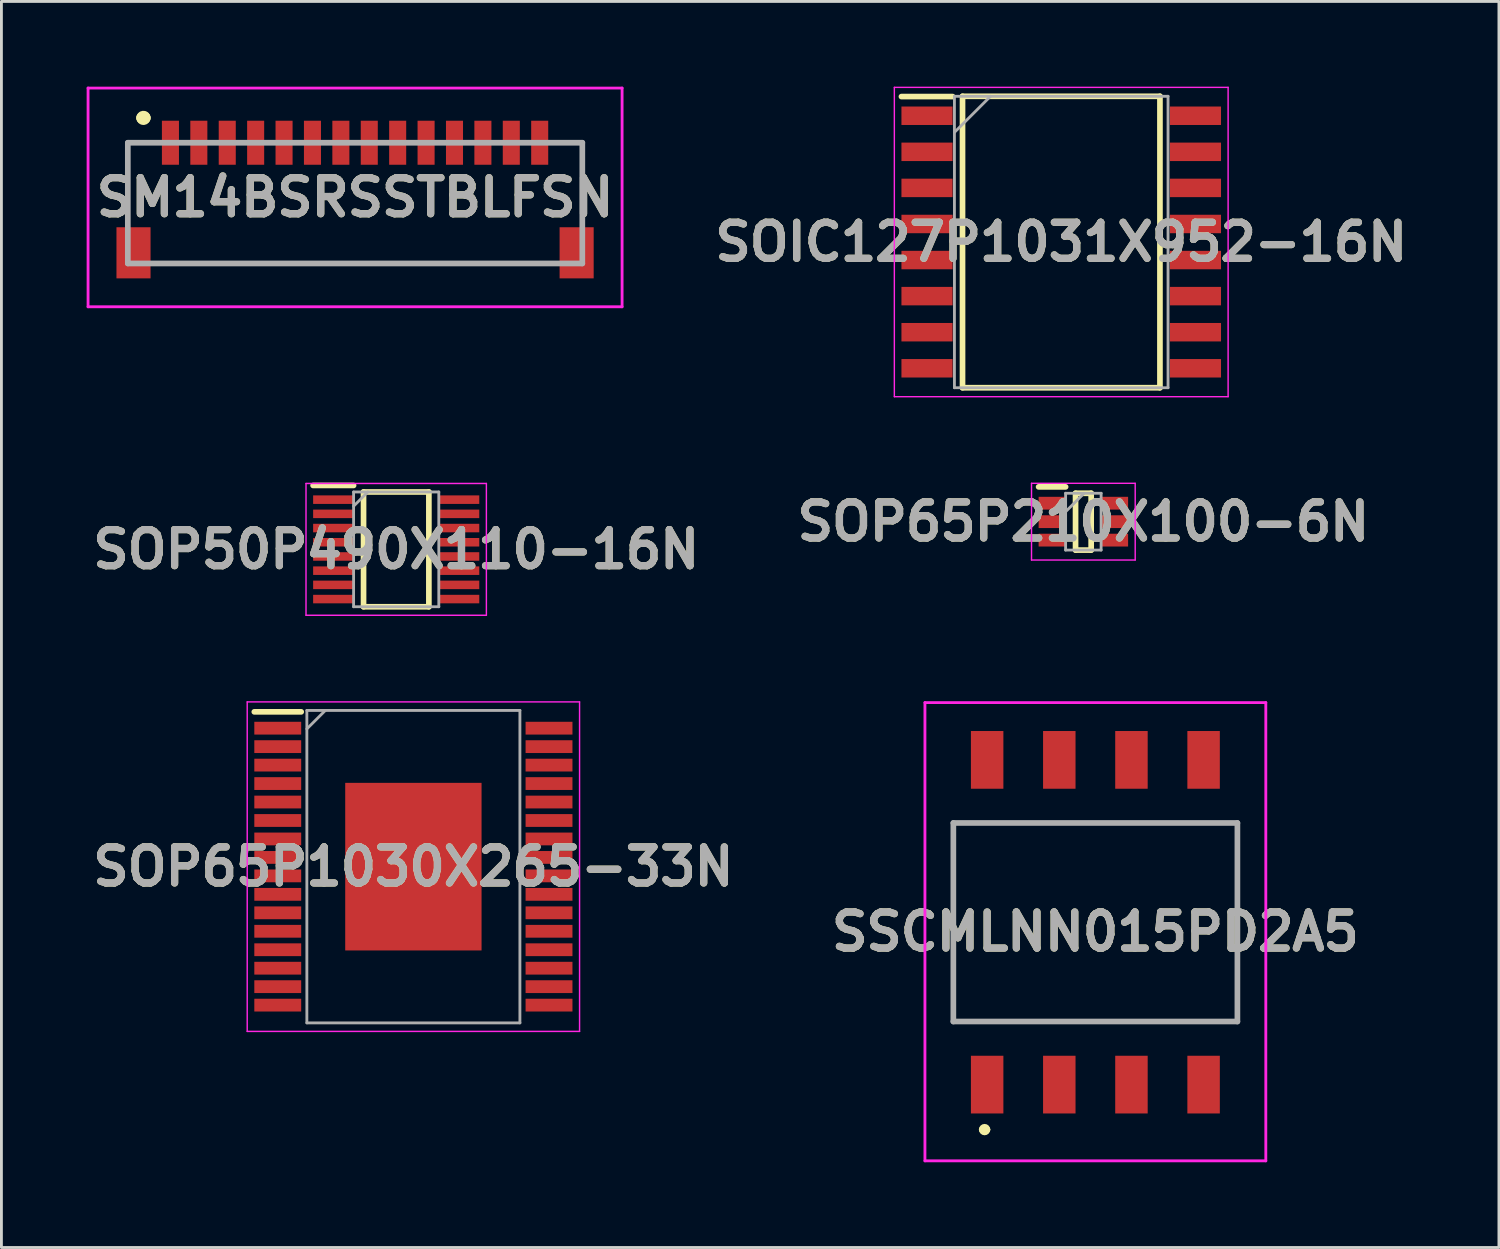
<source format=kicad_pcb>
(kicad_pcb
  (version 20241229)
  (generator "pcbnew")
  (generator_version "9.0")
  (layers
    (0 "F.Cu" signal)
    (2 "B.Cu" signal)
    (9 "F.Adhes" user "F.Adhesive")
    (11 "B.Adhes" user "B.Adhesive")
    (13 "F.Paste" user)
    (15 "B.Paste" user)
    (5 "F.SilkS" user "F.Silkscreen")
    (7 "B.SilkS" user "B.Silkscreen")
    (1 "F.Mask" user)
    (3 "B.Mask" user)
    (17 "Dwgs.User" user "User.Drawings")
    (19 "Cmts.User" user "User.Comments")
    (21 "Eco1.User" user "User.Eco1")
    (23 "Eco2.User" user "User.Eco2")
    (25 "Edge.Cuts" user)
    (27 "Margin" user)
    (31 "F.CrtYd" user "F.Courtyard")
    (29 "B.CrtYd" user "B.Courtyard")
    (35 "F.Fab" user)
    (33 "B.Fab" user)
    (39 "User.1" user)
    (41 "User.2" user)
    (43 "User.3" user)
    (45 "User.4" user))
  (footprint "SM14BSRSSTBLFSN"
    (layer "F.Cu")
    (at 9.45 4.1)
    (property "Reference" "SM14BSRSSTBLFSN" (at 0 -0.2 0) (layer "F.SilkS") (effects (font (size 1.27 1.27) (thickness 0.254))))
    (attr smd)
    (fp_line (start -8 -2.125) (end -8 0.5) (stroke (width 0.1) (type solid)) (layer "F.SilkS"))
    (fp_line (start -7.5 -3) (end -7.5 -3) (stroke (width 0.4) (type solid)) (layer "F.SilkS"))
    (fp_line (start -7.5 -2.125) (end -8 -2.125) (stroke (width 0.1) (type solid)) (layer "F.SilkS"))
    (fp_line (start -7.4 -3) (end -7.4 -3) (stroke (width 0.4) (type solid)) (layer "F.SilkS"))
    (fp_line (start -7 2.125) (end 7 2.125) (stroke (width 0.1) (type solid)) (layer "F.SilkS"))
    (fp_line (start 7.5 -2.125) (end 8 -2.125) (stroke (width 0.1) (type solid)) (layer "F.SilkS"))
    (fp_line (start 8 -2.125) (end 8 0.5) (stroke (width 0.1) (type solid)) (layer "F.SilkS"))
    (fp_arc (start -7.5 -3) (mid -7.45 -3.05) (end -7.4 -3) (stroke (width 0.4) (type solid)) (layer "F.SilkS"))
    (fp_arc (start -7.4 -3) (mid -7.45 -2.95) (end -7.5 -3) (stroke (width 0.4) (type solid)) (layer "F.SilkS"))
    (fp_line (start -9.4 -4.05) (end 9.4 -4.05) (stroke (width 0.1) (type solid)) (layer "F.CrtYd"))
    (fp_line (start -9.4 3.65) (end -9.4 -4.05) (stroke (width 0.1) (type solid)) (layer "F.CrtYd"))
    (fp_line (start 9.4 -4.05) (end 9.4 3.65) (stroke (width 0.1) (type solid)) (layer "F.CrtYd"))
    (fp_line (start 9.4 3.65) (end -9.4 3.65) (stroke (width 0.1) (type solid)) (layer "F.CrtYd"))
    (fp_line (start -8 -2.125) (end 8 -2.125) (stroke (width 0.2) (type solid)) (layer "F.Fab"))
    (fp_line (start -8 2.125) (end -8 -2.125) (stroke (width 0.2) (type solid)) (layer "F.Fab"))
    (fp_line (start 8 -2.125) (end 8 2.125) (stroke (width 0.2) (type solid)) (layer "F.Fab"))
    (fp_line (start 8 2.125) (end -8 2.125) (stroke (width 0.2) (type solid)) (layer "F.Fab"))
    (fp_text user "${REFERENCE}" (at 0 -0.2 0) (layer "F.Fab") (effects (font (size 1.27 1.27) (thickness 0.254))))
    (pad "1" smd rect (at -6.5 -2.125) (size 0.6 1.55) (layers "F.Cu" "F.Mask" "F.Paste"))
    (pad "2" smd rect (at -5.5 -2.125) (size 0.6 1.55) (layers "F.Cu" "F.Mask" "F.Paste"))
    (pad "3" smd rect (at -4.5 -2.125) (size 0.6 1.55) (layers "F.Cu" "F.Mask" "F.Paste"))
    (pad "4" smd rect (at -3.5 -2.125) (size 0.6 1.55) (layers "F.Cu" "F.Mask" "F.Paste"))
    (pad "5" smd rect (at -2.5 -2.125) (size 0.6 1.55) (layers "F.Cu" "F.Mask" "F.Paste"))
    (pad "6" smd rect (at -1.5 -2.125) (size 0.6 1.55) (layers "F.Cu" "F.Mask" "F.Paste"))
    (pad "7" smd rect (at -0.5 -2.125) (size 0.6 1.55) (layers "F.Cu" "F.Mask" "F.Paste"))
    (pad "8" smd rect (at 0.5 -2.125) (size 0.6 1.55) (layers "F.Cu" "F.Mask" "F.Paste"))
    (pad "9" smd rect (at 1.5 -2.125) (size 0.6 1.55) (layers "F.Cu" "F.Mask" "F.Paste"))
    (pad "10" smd rect (at 2.5 -2.125) (size 0.6 1.55) (layers "F.Cu" "F.Mask" "F.Paste"))
    (pad "11" smd rect (at 3.5 -2.125) (size 0.6 1.55) (layers "F.Cu" "F.Mask" "F.Paste"))
    (pad "12" smd rect (at 4.5 -2.125) (size 0.6 1.55) (layers "F.Cu" "F.Mask" "F.Paste"))
    (pad "13" smd rect (at 5.5 -2.125) (size 0.6 1.55) (layers "F.Cu" "F.Mask" "F.Paste"))
    (pad "14" smd rect (at 6.5 -2.125) (size 0.6 1.55) (layers "F.Cu" "F.Mask" "F.Paste"))
    (pad "MP1" smd rect (at -7.8 1.75) (size 1.2 1.8) (layers "F.Cu" "F.Mask" "F.Paste"))
    (pad "MP2" smd rect (at 7.8 1.75) (size 1.2 1.8) (layers "F.Cu" "F.Mask" "F.Paste")))
  (footprint "SOP65P1030X265-33N"
    (layer "F.Cu")
    (at 11.503 27.46)
    (property "Reference" "SOP65P1030X265-33N" (at 0 0 0) (layer "F.SilkS") (effects (font (size 1.27 1.27) (thickness 0.254))))
    (attr smd)
    (fp_line (start -5.6 -5.45) (end -3.95 -5.45) (stroke (width 0.2) (type solid)) (layer "F.SilkS"))
    (fp_line (start -5.85 -5.8) (end 5.85 -5.8) (stroke (width 0.05) (type solid)) (layer "F.CrtYd"))
    (fp_line (start -5.85 5.8) (end -5.85 -5.8) (stroke (width 0.05) (type solid)) (layer "F.CrtYd"))
    (fp_line (start 5.85 -5.8) (end 5.85 5.8) (stroke (width 0.05) (type solid)) (layer "F.CrtYd"))
    (fp_line (start 5.85 5.8) (end -5.85 5.8) (stroke (width 0.05) (type solid)) (layer "F.CrtYd"))
    (fp_line (start -3.75 -5.5) (end 3.75 -5.5) (stroke (width 0.1) (type solid)) (layer "F.Fab"))
    (fp_line (start -3.75 -4.85) (end -3.1 -5.5) (stroke (width 0.1) (type solid)) (layer "F.Fab"))
    (fp_line (start -3.75 5.5) (end -3.75 -5.5) (stroke (width 0.1) (type solid)) (layer "F.Fab"))
    (fp_line (start 3.75 -5.5) (end 3.75 5.5) (stroke (width 0.1) (type solid)) (layer "F.Fab"))
    (fp_line (start 3.75 5.5) (end -3.75 5.5) (stroke (width 0.1) (type solid)) (layer "F.Fab"))
    (fp_text user "${REFERENCE}" (at 0 0 0) (layer "F.Fab") (effects (font (size 1.27 1.27) (thickness 0.254))))
    (pad "1" smd rect (at -4.775 -4.875 90) (size 0.45 1.65) (layers "F.Cu" "F.Mask" "F.Paste"))
    (pad "2" smd rect (at -4.775 -4.225 90) (size 0.45 1.65) (layers "F.Cu" "F.Mask" "F.Paste"))
    (pad "3" smd rect (at -4.775 -3.575 90) (size 0.45 1.65) (layers "F.Cu" "F.Mask" "F.Paste"))
    (pad "4" smd rect (at -4.775 -2.925 90) (size 0.45 1.65) (layers "F.Cu" "F.Mask" "F.Paste"))
    (pad "5" smd rect (at -4.775 -2.275 90) (size 0.45 1.65) (layers "F.Cu" "F.Mask" "F.Paste"))
    (pad "6" smd rect (at -4.775 -1.625 90) (size 0.45 1.65) (layers "F.Cu" "F.Mask" "F.Paste"))
    (pad "7" smd rect (at -4.775 -0.975 90) (size 0.45 1.65) (layers "F.Cu" "F.Mask" "F.Paste"))
    (pad "8" smd rect (at -4.775 -0.325 90) (size 0.45 1.65) (layers "F.Cu" "F.Mask" "F.Paste"))
    (pad "9" smd rect (at -4.775 0.325 90) (size 0.45 1.65) (layers "F.Cu" "F.Mask" "F.Paste"))
    (pad "10" smd rect (at -4.775 0.975 90) (size 0.45 1.65) (layers "F.Cu" "F.Mask" "F.Paste"))
    (pad "11" smd rect (at -4.775 1.625 90) (size 0.45 1.65) (layers "F.Cu" "F.Mask" "F.Paste"))
    (pad "12" smd rect (at -4.775 2.275 90) (size 0.45 1.65) (layers "F.Cu" "F.Mask" "F.Paste"))
    (pad "13" smd rect (at -4.775 2.925 90) (size 0.45 1.65) (layers "F.Cu" "F.Mask" "F.Paste"))
    (pad "14" smd rect (at -4.775 3.575 90) (size 0.45 1.65) (layers "F.Cu" "F.Mask" "F.Paste"))
    (pad "15" smd rect (at -4.775 4.225 90) (size 0.45 1.65) (layers "F.Cu" "F.Mask" "F.Paste"))
    (pad "16" smd rect (at -4.775 4.875 90) (size 0.45 1.65) (layers "F.Cu" "F.Mask" "F.Paste"))
    (pad "17" smd rect (at 4.775 4.875 90) (size 0.45 1.65) (layers "F.Cu" "F.Mask" "F.Paste"))
    (pad "18" smd rect (at 4.775 4.225 90) (size 0.45 1.65) (layers "F.Cu" "F.Mask" "F.Paste"))
    (pad "19" smd rect (at 4.775 3.575 90) (size 0.45 1.65) (layers "F.Cu" "F.Mask" "F.Paste"))
    (pad "20" smd rect (at 4.775 2.925 90) (size 0.45 1.65) (layers "F.Cu" "F.Mask" "F.Paste"))
    (pad "21" smd rect (at 4.775 2.275 90) (size 0.45 1.65) (layers "F.Cu" "F.Mask" "F.Paste"))
    (pad "22" smd rect (at 4.775 1.625 90) (size 0.45 1.65) (layers "F.Cu" "F.Mask" "F.Paste"))
    (pad "23" smd rect (at 4.775 0.975 90) (size 0.45 1.65) (layers "F.Cu" "F.Mask" "F.Paste"))
    (pad "24" smd rect (at 4.775 0.325 90) (size 0.45 1.65) (layers "F.Cu" "F.Mask" "F.Paste"))
    (pad "25" smd rect (at 4.775 -0.325 90) (size 0.45 1.65) (layers "F.Cu" "F.Mask" "F.Paste"))
    (pad "26" smd rect (at 4.775 -0.975 90) (size 0.45 1.65) (layers "F.Cu" "F.Mask" "F.Paste"))
    (pad "27" smd rect (at 4.775 -1.625 90) (size 0.45 1.65) (layers "F.Cu" "F.Mask" "F.Paste"))
    (pad "28" smd rect (at 4.775 -2.275 90) (size 0.45 1.65) (layers "F.Cu" "F.Mask" "F.Paste"))
    (pad "29" smd rect (at 4.775 -2.925 90) (size 0.45 1.65) (layers "F.Cu" "F.Mask" "F.Paste"))
    (pad "30" smd rect (at 4.775 -3.575 90) (size 0.45 1.65) (layers "F.Cu" "F.Mask" "F.Paste"))
    (pad "31" smd rect (at 4.775 -4.225 90) (size 0.45 1.65) (layers "F.Cu" "F.Mask" "F.Paste"))
    (pad "32" smd rect (at 4.775 -4.875 90) (size 0.45 1.65) (layers "F.Cu" "F.Mask" "F.Paste"))
    (pad "33" smd rect (at 0 0) (size 4.8 5.9) (layers "F.Cu" "F.Mask" "F.Paste")))
  (footprint "SOP65P210X100-6N"
    (layer "F.Cu")
    (at 35.089 15.315)
    (property "Reference" "SOP65P210X100-6N" (at 0 0 0) (layer "F.SilkS") (effects (font (size 1.27 1.27) (thickness 0.254))))
    (attr smd)
    (fp_line (start -1.575 -1.225) (end -0.625 -1.225) (stroke (width 0.2) (type solid)) (layer "F.SilkS"))
    (fp_line (start -0.275 -1) (end 0.275 -1) (stroke (width 0.2) (type solid)) (layer "F.SilkS"))
    (fp_line (start -0.275 1) (end -0.275 -1) (stroke (width 0.2) (type solid)) (layer "F.SilkS"))
    (fp_line (start 0.275 -1) (end 0.275 1) (stroke (width 0.2) (type solid)) (layer "F.SilkS"))
    (fp_line (start 0.275 1) (end -0.275 1) (stroke (width 0.2) (type solid)) (layer "F.SilkS"))
    (fp_line (start -1.825 -1.35) (end 1.825 -1.35) (stroke (width 0.05) (type solid)) (layer "F.CrtYd"))
    (fp_line (start -1.825 1.35) (end -1.825 -1.35) (stroke (width 0.05) (type solid)) (layer "F.CrtYd"))
    (fp_line (start 1.825 -1.35) (end 1.825 1.35) (stroke (width 0.05) (type solid)) (layer "F.CrtYd"))
    (fp_line (start 1.825 1.35) (end -1.825 1.35) (stroke (width 0.05) (type solid)) (layer "F.CrtYd"))
    (fp_line (start -0.625 -1) (end 0.625 -1) (stroke (width 0.1) (type solid)) (layer "F.Fab"))
    (fp_line (start -0.625 -0.35) (end 0.025 -1) (stroke (width 0.1) (type solid)) (layer "F.Fab"))
    (fp_line (start -0.625 1) (end -0.625 -1) (stroke (width 0.1) (type solid)) (layer "F.Fab"))
    (fp_line (start 0.625 -1) (end 0.625 1) (stroke (width 0.1) (type solid)) (layer "F.Fab"))
    (fp_line (start 0.625 1) (end -0.625 1) (stroke (width 0.1) (type solid)) (layer "F.Fab"))
    (fp_text user "${REFERENCE}" (at 0 0 0) (layer "F.Fab") (effects (font (size 1.27 1.27) (thickness 0.254))))
    (pad "1" smd rect (at -1.1 -0.65 90) (size 0.45 0.95) (layers "F.Cu" "F.Mask" "F.Paste"))
    (pad "2" smd rect (at -1.1 0 90) (size 0.45 0.95) (layers "F.Cu" "F.Mask" "F.Paste"))
    (pad "3" smd rect (at -1.1 0.65 90) (size 0.45 0.95) (layers "F.Cu" "F.Mask" "F.Paste"))
    (pad "4" smd rect (at 1.1 0.65 90) (size 0.45 0.95) (layers "F.Cu" "F.Mask" "F.Paste"))
    (pad "5" smd rect (at 1.1 0 90) (size 0.45 0.95) (layers "F.Cu" "F.Mask" "F.Paste"))
    (pad "6" smd rect (at 1.1 -0.65 90) (size 0.45 0.95) (layers "F.Cu" "F.Mask" "F.Paste")))
  (footprint "SOIC127P1031X952-16N"
    (layer "F.Cu")
    (at 34.31 5.47)
    (property "Reference" "SOIC127P1031X952-16N" (at 0 0 0) (layer "F.SilkS") (effects (font (size 1.27 1.27) (thickness 0.254))))
    (attr smd)
    (fp_line (start -5.625 -5.12) (end -3.825 -5.12) (stroke (width 0.2) (type solid)) (layer "F.SilkS"))
    (fp_line (start -3.475 -5.13) (end 3.475 -5.13) (stroke (width 0.2) (type solid)) (layer "F.SilkS"))
    (fp_line (start -3.475 5.13) (end -3.475 -5.13) (stroke (width 0.2) (type solid)) (layer "F.SilkS"))
    (fp_line (start 3.475 -5.13) (end 3.475 5.13) (stroke (width 0.2) (type solid)) (layer "F.SilkS"))
    (fp_line (start 3.475 5.13) (end -3.475 5.13) (stroke (width 0.2) (type solid)) (layer "F.SilkS"))
    (fp_line (start -5.875 -5.445) (end 5.875 -5.445) (stroke (width 0.05) (type solid)) (layer "F.CrtYd"))
    (fp_line (start -5.875 5.445) (end -5.875 -5.445) (stroke (width 0.05) (type solid)) (layer "F.CrtYd"))
    (fp_line (start 5.875 -5.445) (end 5.875 5.445) (stroke (width 0.05) (type solid)) (layer "F.CrtYd"))
    (fp_line (start 5.875 5.445) (end -5.875 5.445) (stroke (width 0.05) (type solid)) (layer "F.CrtYd"))
    (fp_line (start -3.76 -5.13) (end 3.76 -5.13) (stroke (width 0.1) (type solid)) (layer "F.Fab"))
    (fp_line (start -3.76 -3.86) (end -2.49 -5.13) (stroke (width 0.1) (type solid)) (layer "F.Fab"))
    (fp_line (start -3.76 5.13) (end -3.76 -5.13) (stroke (width 0.1) (type solid)) (layer "F.Fab"))
    (fp_line (start 3.76 -5.13) (end 3.76 5.13) (stroke (width 0.1) (type solid)) (layer "F.Fab"))
    (fp_line (start 3.76 5.13) (end -3.76 5.13) (stroke (width 0.1) (type solid)) (layer "F.Fab"))
    (fp_text user "${REFERENCE}" (at 0 0 0) (layer "F.Fab") (effects (font (size 1.27 1.27) (thickness 0.254))))
    (pad "1" smd rect (at -4.725 -4.445 90) (size 0.65 1.8) (layers "F.Cu" "F.Mask" "F.Paste"))
    (pad "2" smd rect (at -4.725 -3.175 90) (size 0.65 1.8) (layers "F.Cu" "F.Mask" "F.Paste"))
    (pad "3" smd rect (at -4.725 -1.905 90) (size 0.65 1.8) (layers "F.Cu" "F.Mask" "F.Paste"))
    (pad "4" smd rect (at -4.725 -0.635 90) (size 0.65 1.8) (layers "F.Cu" "F.Mask" "F.Paste"))
    (pad "5" smd rect (at -4.725 0.635 90) (size 0.65 1.8) (layers "F.Cu" "F.Mask" "F.Paste"))
    (pad "6" smd rect (at -4.725 1.905 90) (size 0.65 1.8) (layers "F.Cu" "F.Mask" "F.Paste"))
    (pad "7" smd rect (at -4.725 3.175 90) (size 0.65 1.8) (layers "F.Cu" "F.Mask" "F.Paste"))
    (pad "8" smd rect (at -4.725 4.445 90) (size 0.65 1.8) (layers "F.Cu" "F.Mask" "F.Paste"))
    (pad "9" smd rect (at 4.725 4.445 90) (size 0.65 1.8) (layers "F.Cu" "F.Mask" "F.Paste"))
    (pad "10" smd rect (at 4.725 3.175 90) (size 0.65 1.8) (layers "F.Cu" "F.Mask" "F.Paste"))
    (pad "11" smd rect (at 4.725 1.905 90) (size 0.65 1.8) (layers "F.Cu" "F.Mask" "F.Paste"))
    (pad "12" smd rect (at 4.725 0.635 90) (size 0.65 1.8) (layers "F.Cu" "F.Mask" "F.Paste"))
    (pad "13" smd rect (at 4.725 -0.635 90) (size 0.65 1.8) (layers "F.Cu" "F.Mask" "F.Paste"))
    (pad "14" smd rect (at 4.725 -1.905 90) (size 0.65 1.8) (layers "F.Cu" "F.Mask" "F.Paste"))
    (pad "15" smd rect (at 4.725 -3.175 90) (size 0.65 1.8) (layers "F.Cu" "F.Mask" "F.Paste"))
    (pad "16" smd rect (at 4.725 -4.445 90) (size 0.65 1.8) (layers "F.Cu" "F.Mask" "F.Paste")))
  (footprint "SSCMLNN015PD2A5"
    (layer "F.Cu")
    (at 35.512 30.259)
    (property "Reference" "SSCMLNN015PD2A5" (at 0 -0.508 0) (layer "F.SilkS") (effects (font (size 1.27 1.27) (thickness 0.254))))
    (attr smd)
    (fp_line (start -5 -4.337) (end 5 -4.337) (stroke (width 0.1) (type solid)) (layer "F.SilkS"))
    (fp_line (start -5 2.653) (end -5 -4.337) (stroke (width 0.1) (type solid)) (layer "F.SilkS"))
    (fp_line (start -4 6.458) (end -4 6.458) (stroke (width 0.2) (type solid)) (layer "F.SilkS"))
    (fp_line (start -3.8 6.458) (end -3.8 6.458) (stroke (width 0.2) (type solid)) (layer "F.SilkS"))
    (fp_line (start 5 -4.337) (end 5 2.653) (stroke (width 0.1) (type solid)) (layer "F.SilkS"))
    (fp_line (start 5 2.653) (end -5 2.653) (stroke (width 0.1) (type solid)) (layer "F.SilkS"))
    (fp_arc (start -4 6.458) (mid -3.9 6.358) (end -3.8 6.458) (stroke (width 0.2) (type solid)) (layer "F.SilkS"))
    (fp_arc (start -3.8 6.458) (mid -3.9 6.558) (end -4 6.458) (stroke (width 0.2) (type solid)) (layer "F.SilkS"))
    (fp_line (start -6 -8.574) (end 6 -8.574) (stroke (width 0.1) (type solid)) (layer "F.CrtYd"))
    (fp_line (start -6 7.558) (end -6 -8.574) (stroke (width 0.1) (type solid)) (layer "F.CrtYd"))
    (fp_line (start 6 -8.574) (end 6 7.558) (stroke (width 0.1) (type solid)) (layer "F.CrtYd"))
    (fp_line (start 6 7.558) (end -6 7.558) (stroke (width 0.1) (type solid)) (layer "F.CrtYd"))
    (fp_line (start -5 -4.337) (end 5 -4.337) (stroke (width 0.2) (type solid)) (layer "F.Fab"))
    (fp_line (start -5 2.653) (end -5 -4.337) (stroke (width 0.2) (type solid)) (layer "F.Fab"))
    (fp_line (start 5 -4.337) (end 5 2.653) (stroke (width 0.2) (type solid)) (layer "F.Fab"))
    (fp_line (start 5 2.653) (end -5 2.653) (stroke (width 0.2) (type solid)) (layer "F.Fab"))
    (fp_text user "${REFERENCE}" (at 0 -0.508 0) (layer "F.Fab") (effects (font (size 1.27 1.27) (thickness 0.254))))
    (pad "1" smd rect (at -3.81 4.874) (size 1.143 2.032) (layers "F.Cu" "F.Mask" "F.Paste"))
    (pad "2" smd rect (at -1.27 4.874) (size 1.143 2.032) (layers "F.Cu" "F.Mask" "F.Paste"))
    (pad "3" smd rect (at 1.27 4.874) (size 1.143 2.032) (layers "F.Cu" "F.Mask" "F.Paste"))
    (pad "4" smd rect (at 3.81 4.874) (size 1.143 2.032) (layers "F.Cu" "F.Mask" "F.Paste"))
    (pad "5" smd rect (at 3.81 -6.558) (size 1.143 2.032) (layers "F.Cu" "F.Mask" "F.Paste"))
    (pad "6" smd rect (at 1.27 -6.558) (size 1.143 2.032) (layers "F.Cu" "F.Mask" "F.Paste"))
    (pad "7" smd rect (at -1.27 -6.558) (size 1.143 2.032) (layers "F.Cu" "F.Mask" "F.Paste"))
    (pad "8" smd rect (at -3.81 -6.558) (size 1.143 2.032) (layers "F.Cu" "F.Mask" "F.Paste")))
  (footprint "SOP50P490X110-16N"
    (layer "F.Cu")
    (at 10.898 16.29)
    (property "Reference" "SOP50P490X110-16N" (at 0 0 0) (layer "F.SilkS") (effects (font (size 1.27 1.27) (thickness 0.254))))
    (attr smd)
    (fp_line (start -2.925 -2.25) (end -1.5 -2.25) (stroke (width 0.2) (type solid)) (layer "F.SilkS"))
    (fp_line (start -1.15 -2.02) (end 1.15 -2.02) (stroke (width 0.2) (type solid)) (layer "F.SilkS"))
    (fp_line (start -1.15 2.02) (end -1.15 -2.02) (stroke (width 0.2) (type solid)) (layer "F.SilkS"))
    (fp_line (start 1.15 -2.02) (end 1.15 2.02) (stroke (width 0.2) (type solid)) (layer "F.SilkS"))
    (fp_line (start 1.15 2.02) (end -1.15 2.02) (stroke (width 0.2) (type solid)) (layer "F.SilkS"))
    (fp_line (start -3.175 -2.32) (end 3.175 -2.32) (stroke (width 0.05) (type solid)) (layer "F.CrtYd"))
    (fp_line (start -3.175 2.32) (end -3.175 -2.32) (stroke (width 0.05) (type solid)) (layer "F.CrtYd"))
    (fp_line (start 3.175 -2.32) (end 3.175 2.32) (stroke (width 0.05) (type solid)) (layer "F.CrtYd"))
    (fp_line (start 3.175 2.32) (end -3.175 2.32) (stroke (width 0.05) (type solid)) (layer "F.CrtYd"))
    (fp_line (start -1.5 -2.02) (end 1.5 -2.02) (stroke (width 0.1) (type solid)) (layer "F.Fab"))
    (fp_line (start -1.5 -1.52) (end -1 -2.02) (stroke (width 0.1) (type solid)) (layer "F.Fab"))
    (fp_line (start -1.5 2.02) (end -1.5 -2.02) (stroke (width 0.1) (type solid)) (layer "F.Fab"))
    (fp_line (start 1.5 -2.02) (end 1.5 2.02) (stroke (width 0.1) (type solid)) (layer "F.Fab"))
    (fp_line (start 1.5 2.02) (end -1.5 2.02) (stroke (width 0.1) (type solid)) (layer "F.Fab"))
    (fp_text user "${REFERENCE}" (at 0 0 0) (layer "F.Fab") (effects (font (size 1.27 1.27) (thickness 0.254))))
    (pad "1" smd rect (at -2.212 -1.75 90) (size 0.3 1.425) (layers "F.Cu" "F.Mask" "F.Paste"))
    (pad "2" smd rect (at -2.212 -1.25 90) (size 0.3 1.425) (layers "F.Cu" "F.Mask" "F.Paste"))
    (pad "3" smd rect (at -2.212 -0.75 90) (size 0.3 1.425) (layers "F.Cu" "F.Mask" "F.Paste"))
    (pad "4" smd rect (at -2.212 -0.25 90) (size 0.3 1.425) (layers "F.Cu" "F.Mask" "F.Paste"))
    (pad "5" smd rect (at -2.212 0.25 90) (size 0.3 1.425) (layers "F.Cu" "F.Mask" "F.Paste"))
    (pad "6" smd rect (at -2.212 0.75 90) (size 0.3 1.425) (layers "F.Cu" "F.Mask" "F.Paste"))
    (pad "7" smd rect (at -2.212 1.25 90) (size 0.3 1.425) (layers "F.Cu" "F.Mask" "F.Paste"))
    (pad "8" smd rect (at -2.212 1.75 90) (size 0.3 1.425) (layers "F.Cu" "F.Mask" "F.Paste"))
    (pad "9" smd rect (at 2.212 1.75 90) (size 0.3 1.425) (layers "F.Cu" "F.Mask" "F.Paste"))
    (pad "10" smd rect (at 2.212 1.25 90) (size 0.3 1.425) (layers "F.Cu" "F.Mask" "F.Paste"))
    (pad "11" smd rect (at 2.212 0.75 90) (size 0.3 1.425) (layers "F.Cu" "F.Mask" "F.Paste"))
    (pad "12" smd rect (at 2.212 0.25 90) (size 0.3 1.425) (layers "F.Cu" "F.Mask" "F.Paste"))
    (pad "13" smd rect (at 2.212 -0.25 90) (size 0.3 1.425) (layers "F.Cu" "F.Mask" "F.Paste"))
    (pad "14" smd rect (at 2.212 -0.75 90) (size 0.3 1.425) (layers "F.Cu" "F.Mask" "F.Paste"))
    (pad "15" smd rect (at 2.212 -1.25 90) (size 0.3 1.425) (layers "F.Cu" "F.Mask" "F.Paste"))
    (pad "16" smd rect (at 2.212 -1.75 90) (size 0.3 1.425) (layers "F.Cu" "F.Mask" "F.Paste")))
  (gr_rect
    (start -3 -3)
    (end 49.719 40.867)
    (stroke (width 0.1) (type default))
    (fill no)
    (layer "Edge.Cuts")))
</source>
